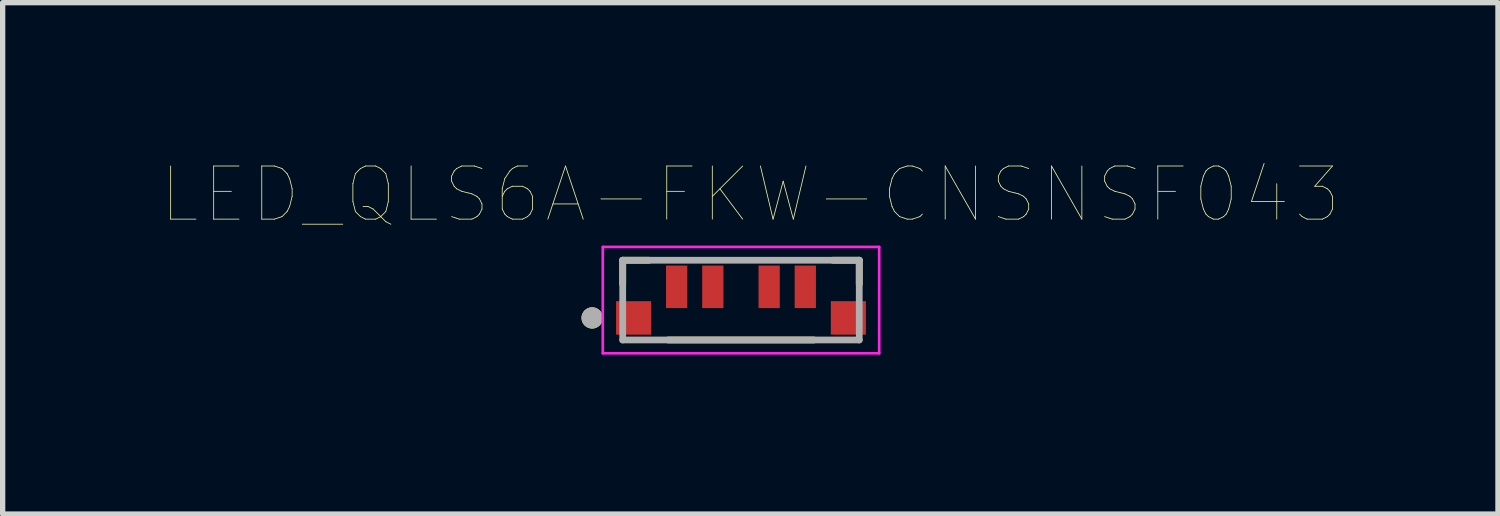
<source format=kicad_pcb>
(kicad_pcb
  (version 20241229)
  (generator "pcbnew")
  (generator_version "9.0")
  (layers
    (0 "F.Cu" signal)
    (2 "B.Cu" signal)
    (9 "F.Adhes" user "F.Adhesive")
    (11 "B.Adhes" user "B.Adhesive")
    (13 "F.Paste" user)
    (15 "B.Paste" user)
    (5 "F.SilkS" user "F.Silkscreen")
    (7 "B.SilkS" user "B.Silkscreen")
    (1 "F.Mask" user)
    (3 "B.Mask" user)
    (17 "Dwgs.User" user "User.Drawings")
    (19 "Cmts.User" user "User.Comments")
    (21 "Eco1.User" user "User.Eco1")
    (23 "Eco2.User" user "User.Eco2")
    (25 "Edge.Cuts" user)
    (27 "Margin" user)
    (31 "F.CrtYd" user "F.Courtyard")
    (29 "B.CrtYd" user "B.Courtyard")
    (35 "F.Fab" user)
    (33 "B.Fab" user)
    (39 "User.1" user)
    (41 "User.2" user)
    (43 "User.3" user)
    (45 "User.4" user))
  (footprint "LED_QLS6A-FKW-CNSNSF043"
    (layer "F.Cu")
    (at 10.89 2.746)
    (property "Reference" "LED_QLS6A-FKW-CNSNSF043" (at 0.175 -2.135 0) (layer "F.SilkS") (effects (font (size 1 1) (thickness 0.015))))
    (attr through_hole)
    (fp_line (start -2.225 -0.9) (end -1.73 -0.9) (stroke (width 0.127) (type solid)) (layer "F.SilkS"))
    (fp_line (start -2.225 -0.45) (end -2.225 -0.9) (stroke (width 0.127) (type solid)) (layer "F.SilkS"))
    (fp_line (start 1.37 0.6) (end -1.37 0.6) (stroke (width 0.127) (type solid)) (layer "F.SilkS"))
    (fp_line (start 1.73 -0.9) (end 2.225 -0.9) (stroke (width 0.127) (type solid)) (layer "F.SilkS"))
    (fp_line (start 2.225 -0.9) (end 2.225 -0.45) (stroke (width 0.127) (type solid)) (layer "F.SilkS"))
    (fp_circle (center -2.8 0.185) (end -2.7 0.185) (stroke (width 0.2) (type solid)) (fill no) (layer "F.SilkS"))
    (fp_line (start -2.6 -1.15) (end -2.6 0.85) (stroke (width 0.05) (type solid)) (layer "F.CrtYd"))
    (fp_line (start -2.6 0.85) (end 2.6 0.85) (stroke (width 0.05) (type solid)) (layer "F.CrtYd"))
    (fp_line (start 2.6 -1.15) (end -2.6 -1.15) (stroke (width 0.05) (type solid)) (layer "F.CrtYd"))
    (fp_line (start 2.6 0.85) (end 2.6 -1.15) (stroke (width 0.05) (type solid)) (layer "F.CrtYd"))
    (fp_line (start -2.225 -0.9) (end 2.225 -0.9) (stroke (width 0.127) (type solid)) (layer "F.Fab"))
    (fp_line (start -2.225 0.6) (end -2.225 -0.9) (stroke (width 0.127) (type solid)) (layer "F.Fab"))
    (fp_line (start 2.225 -0.9) (end 2.225 0.6) (stroke (width 0.127) (type solid)) (layer "F.Fab"))
    (fp_line (start 2.225 0.6) (end -2.225 0.6) (stroke (width 0.127) (type solid)) (layer "F.Fab"))
    (fp_circle (center -2.8 0.185) (end -2.7 0.185) (stroke (width 0.2) (type solid)) (fill no) (layer "F.Fab"))
    (pad "1" smd rect (at -2.02 0.185) (size 0.66 0.63) (layers "F.Cu" "F.Mask" "F.Paste"))
    (pad "2" smd rect (at -1.21 -0.4) (size 0.4 0.8) (layers "F.Cu" "F.Mask" "F.Paste"))
    (pad "3" smd rect (at -0.53 -0.4) (size 0.4 0.8) (layers "F.Cu" "F.Mask" "F.Paste"))
    (pad "4" smd rect (at 0.53 -0.4) (size 0.4 0.8) (layers "F.Cu" "F.Mask" "F.Paste"))
    (pad "5" smd rect (at 1.21 -0.4) (size 0.4 0.8) (layers "F.Cu" "F.Mask" "F.Paste"))
    (pad "6" smd rect (at 2.02 0.185) (size 0.66 0.63) (layers "F.Cu" "F.Mask" "F.Paste")))
  (gr_rect
    (start -3 -3)
    (end 25.131 6.621)
    (stroke (width 0.1) (type default))
    (fill no)
    (layer "Edge.Cuts")))
</source>
